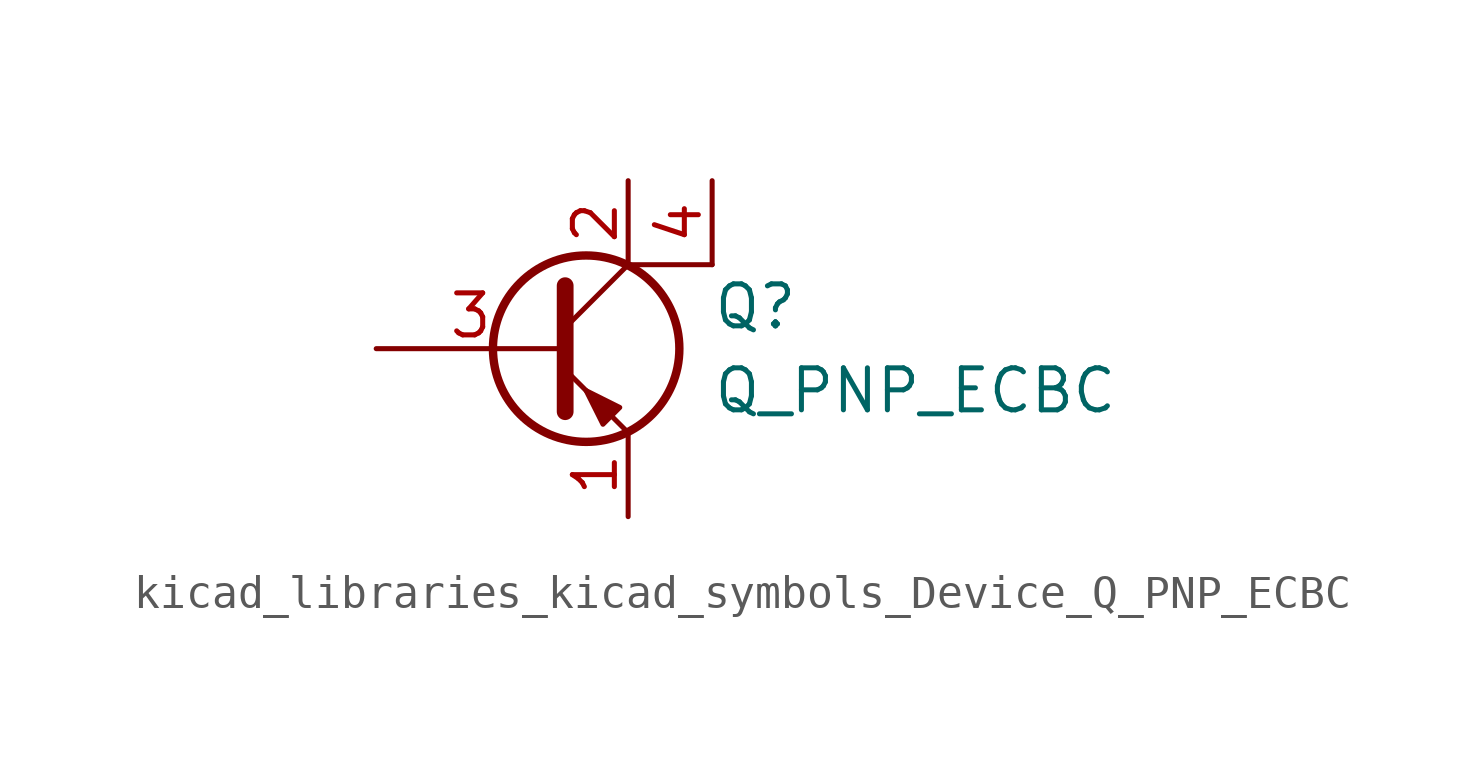
<source format=kicad_sym>
(kicad_symbol_lib
  (version 20220914)
  (generator kicad_symbol_editor)
  (symbol "kicad_libraries_kicad_symbols_Device_Q_PNP_ECBC"
    (pin_names
      (offset 0) hide)
    (property "Reference" "Q"
      (at 5.08 1.27 0)
      (effects (font (size 1.27 1.27)) (justify left)))
    (property "Value" "Q_PNP_ECBC"
      (at 5.08 -1.27 0)
      (effects (font (size 1.27 1.27)) (justify left)))
    (symbol "kicad_libraries_kicad_symbols_Device_Q_PNP_ECBC_0_1"
      (polyline (pts (xy 0.635 0.635) (xy 2.54 2.54)) (stroke (width 0) (type default)) (fill (type none)))
      (polyline (pts (xy 5.08 2.54) (xy 2.54 2.54)) (stroke (width 0) (type default)) (fill (type none)))
      (polyline (pts (xy 0.635 -0.635) (xy 2.54 -2.54) (xy 2.54 -2.54)) (stroke (width 0) (type default)) (fill (type none)))
      (polyline (pts (xy 0.635 1.905) (xy 0.635 -1.905) (xy 0.635 -1.905)) (stroke (width 0.508) (type default)) (fill (type none)))
      (polyline (pts (xy 2.286 -1.778) (xy 1.778 -2.286) (xy 1.27 -1.27) (xy 2.286 -1.778) (xy 2.286 -1.778)) (stroke (width 0) (type default)) (fill (type outline)))
      (circle (center 1.27 0) (radius 2.819) (stroke (width 0.254) (type default)) (fill (type none))))
    (symbol "kicad_libraries_kicad_symbols_Device_Q_PNP_ECBC_1_1"
      (pin passive line (at 2.54 -5.08 90) (length 2.54) (name "E" (effects (font (size 1.27 1.27)))) (number "1" (effects (font (size 1.27 1.27)))))
      (pin passive line (at 2.54 5.08 270) (length 2.54) (name "C" (effects (font (size 1.27 1.27)))) (number "2" (effects (font (size 1.27 1.27)))))
      (pin input line (at -5.08 0 0) (length 5.715) (name "B" (effects (font (size 1.27 1.27)))) (number "3" (effects (font (size 1.27 1.27)))))
      (pin passive line (at 5.08 5.08 270) (length 2.54) (name "C" (effects (font (size 1.27 1.27)))) (number "4" (effects (font (size 1.27 1.27))))))))
</source>
